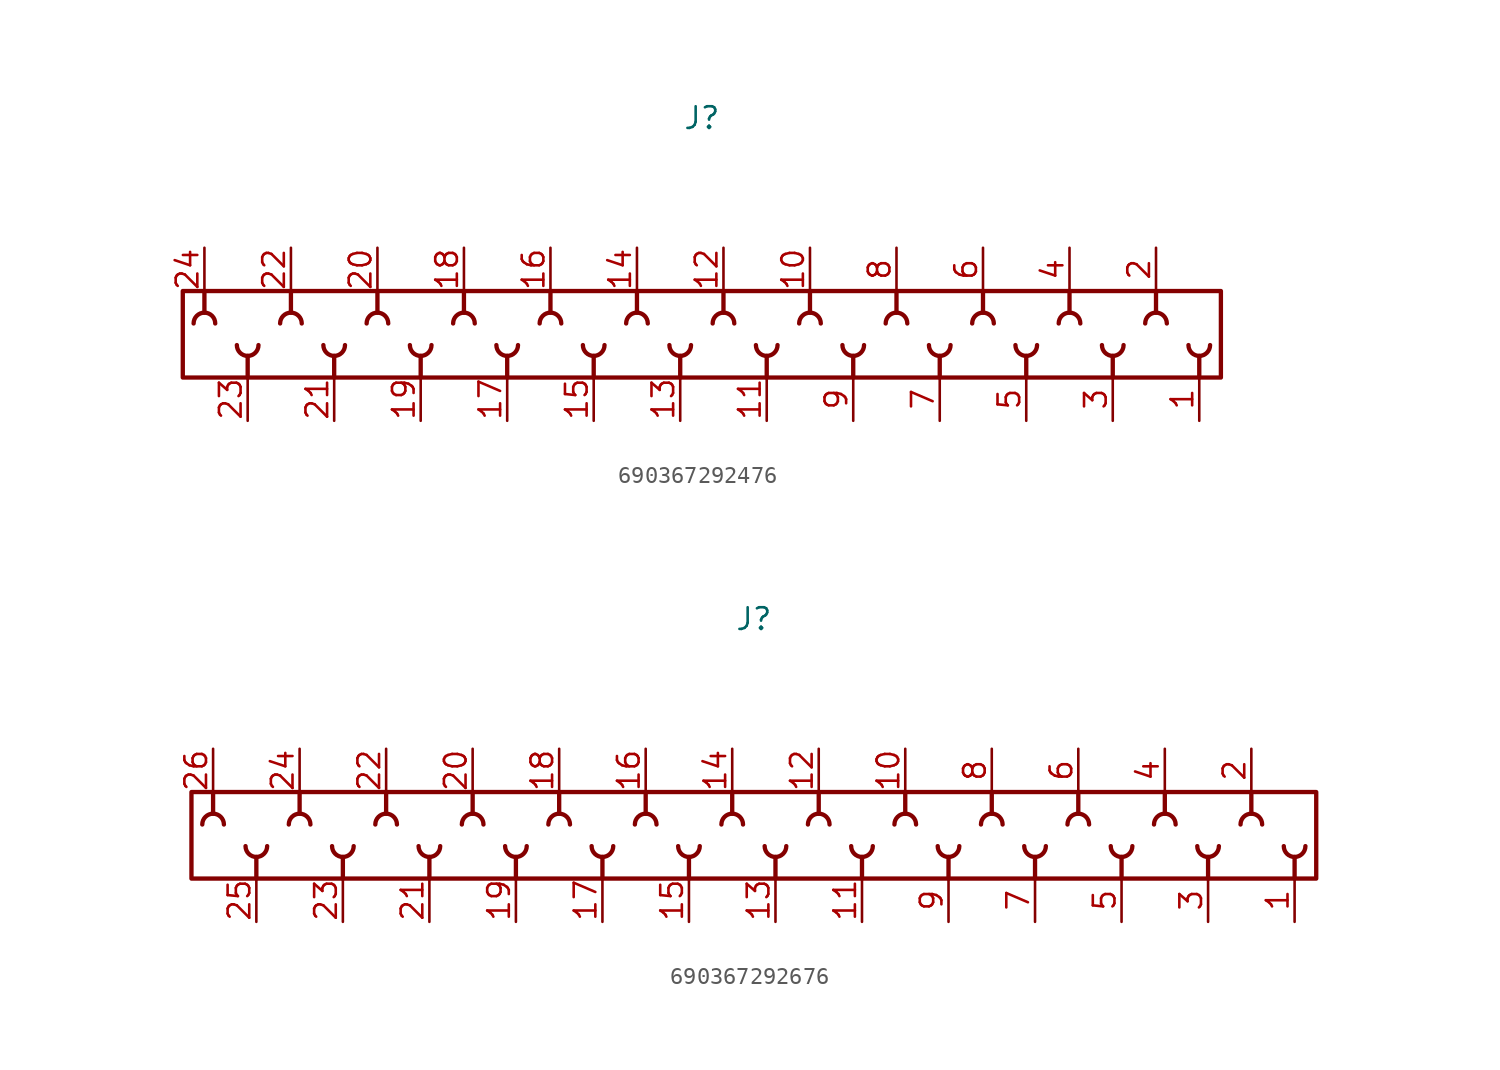
<source format=kicad_sym>
(kicad_symbol_lib
  (version 20241209)
  (generator "kicad_symbol_editor")
  (generator_version "9.0")
  (symbol "690367292476"
    (pin_names
      (hide yes))
    (property "Reference" "J"
      (at 0 12.7 0)
      (effects (font (size 1.27 1.27))))
    (symbol "690367292476_1_1"
      (rectangle (start -30.48 2.54) (end 30.48 -2.54) (stroke (width 0.254) (type solid)) (fill (type none)))
      (polyline (pts (xy -29.21 1.27) (xy -29.21 2.54)) (stroke (width 0.254) (type solid)) (fill (type none)))
      (arc (start -29.845 0.635) (mid -29.21 1.27) (end -28.575 0.635) (stroke (width 0.254) (type solid)) (fill (type none)))
      (arc (start -26.035 -0.635) (mid -26.67 -1.27) (end -27.305 -0.635) (stroke (width 0.254) (type solid)) (fill (type none)))
      (polyline (pts (xy -26.67 -1.27) (xy -26.67 -2.54)) (stroke (width 0.254) (type solid)) (fill (type none)))
      (polyline (pts (xy -24.13 1.27) (xy -24.13 2.54)) (stroke (width 0.254) (type solid)) (fill (type none)))
      (arc (start -24.765 0.635) (mid -24.13 1.27) (end -23.495 0.635) (stroke (width 0.254) (type solid)) (fill (type none)))
      (arc (start -20.955 -0.635) (mid -21.59 -1.27) (end -22.225 -0.635) (stroke (width 0.254) (type solid)) (fill (type none)))
      (polyline (pts (xy -21.59 -1.27) (xy -21.59 -2.54)) (stroke (width 0.254) (type solid)) (fill (type none)))
      (polyline (pts (xy -19.05 1.27) (xy -19.05 2.54)) (stroke (width 0.254) (type solid)) (fill (type none)))
      (arc (start -19.685 0.635) (mid -19.05 1.27) (end -18.415 0.635) (stroke (width 0.254) (type solid)) (fill (type none)))
      (arc (start -15.875 -0.635) (mid -16.51 -1.27) (end -17.145 -0.635) (stroke (width 0.254) (type solid)) (fill (type none)))
      (polyline (pts (xy -16.51 -1.27) (xy -16.51 -2.54)) (stroke (width 0.254) (type solid)) (fill (type none)))
      (polyline (pts (xy -13.97 1.27) (xy -13.97 2.54)) (stroke (width 0.254) (type solid)) (fill (type none)))
      (arc (start -14.605 0.635) (mid -13.97 1.27) (end -13.335 0.635) (stroke (width 0.254) (type solid)) (fill (type none)))
      (arc (start -10.795 -0.635) (mid -11.43 -1.27) (end -12.065 -0.635) (stroke (width 0.254) (type solid)) (fill (type none)))
      (polyline (pts (xy -11.43 -1.27) (xy -11.43 -2.54)) (stroke (width 0.254) (type solid)) (fill (type none)))
      (polyline (pts (xy -8.89 1.27) (xy -8.89 2.54)) (stroke (width 0.254) (type solid)) (fill (type none)))
      (arc (start -9.525 0.635) (mid -8.89 1.27) (end -8.255 0.635) (stroke (width 0.254) (type solid)) (fill (type none)))
      (arc (start -5.715 -0.635) (mid -6.35 -1.27) (end -6.985 -0.635) (stroke (width 0.254) (type solid)) (fill (type none)))
      (polyline (pts (xy -6.35 -1.27) (xy -6.35 -2.54)) (stroke (width 0.254) (type solid)) (fill (type none)))
      (polyline (pts (xy -3.81 1.27) (xy -3.81 2.54)) (stroke (width 0.254) (type solid)) (fill (type none)))
      (arc (start -4.445 0.635) (mid -3.81 1.27) (end -3.175 0.635) (stroke (width 0.254) (type solid)) (fill (type none)))
      (arc (start -0.635 -0.635) (mid -1.27 -1.27) (end -1.905 -0.635) (stroke (width 0.254) (type solid)) (fill (type none)))
      (polyline (pts (xy -1.27 -1.27) (xy -1.27 -2.54)) (stroke (width 0.254) (type solid)) (fill (type none)))
      (polyline (pts (xy 1.27 1.27) (xy 1.27 2.54)) (stroke (width 0.254) (type solid)) (fill (type none)))
      (arc (start 0.635 0.635) (mid 1.27 1.27) (end 1.905 0.635) (stroke (width 0.254) (type solid)) (fill (type none)))
      (arc (start 4.445 -0.635) (mid 3.81 -1.27) (end 3.175 -0.635) (stroke (width 0.254) (type solid)) (fill (type none)))
      (polyline (pts (xy 3.81 -1.27) (xy 3.81 -2.54)) (stroke (width 0.254) (type solid)) (fill (type none)))
      (polyline (pts (xy 6.35 1.27) (xy 6.35 2.54)) (stroke (width 0.254) (type solid)) (fill (type none)))
      (arc (start 5.715 0.635) (mid 6.35 1.27) (end 6.985 0.635) (stroke (width 0.254) (type solid)) (fill (type none)))
      (arc (start 9.525 -0.635) (mid 8.89 -1.27) (end 8.255 -0.635) (stroke (width 0.254) (type solid)) (fill (type none)))
      (polyline (pts (xy 8.89 -1.27) (xy 8.89 -2.54)) (stroke (width 0.254) (type solid)) (fill (type none)))
      (polyline (pts (xy 11.43 1.27) (xy 11.43 2.54)) (stroke (width 0.254) (type solid)) (fill (type none)))
      (arc (start 10.795 0.635) (mid 11.43 1.27) (end 12.065 0.635) (stroke (width 0.254) (type solid)) (fill (type none)))
      (arc (start 14.605 -0.635) (mid 13.97 -1.27) (end 13.335 -0.635) (stroke (width 0.254) (type solid)) (fill (type none)))
      (polyline (pts (xy 13.97 -1.27) (xy 13.97 -2.54)) (stroke (width 0.254) (type solid)) (fill (type none)))
      (polyline (pts (xy 16.51 1.27) (xy 16.51 2.54)) (stroke (width 0.254) (type solid)) (fill (type none)))
      (arc (start 15.875 0.635) (mid 16.51 1.27) (end 17.145 0.635) (stroke (width 0.254) (type solid)) (fill (type none)))
      (arc (start 19.685 -0.635) (mid 19.05 -1.27) (end 18.415 -0.635) (stroke (width 0.254) (type solid)) (fill (type none)))
      (polyline (pts (xy 19.05 -1.27) (xy 19.05 -2.54)) (stroke (width 0.254) (type solid)) (fill (type none)))
      (polyline (pts (xy 21.59 1.27) (xy 21.59 2.54)) (stroke (width 0.254) (type solid)) (fill (type none)))
      (arc (start 20.955 0.635) (mid 21.59 1.27) (end 22.225 0.635) (stroke (width 0.254) (type solid)) (fill (type none)))
      (arc (start 24.765 -0.635) (mid 24.13 -1.27) (end 23.495 -0.635) (stroke (width 0.254) (type solid)) (fill (type none)))
      (polyline (pts (xy 24.13 -1.27) (xy 24.13 -2.54)) (stroke (width 0.254) (type solid)) (fill (type none)))
      (polyline (pts (xy 26.67 1.27) (xy 26.67 2.54)) (stroke (width 0.254) (type solid)) (fill (type none)))
      (arc (start 26.035 0.635) (mid 26.67 1.27) (end 27.305 0.635) (stroke (width 0.254) (type solid)) (fill (type none)))
      (arc (start 29.845 -0.635) (mid 29.21 -1.27) (end 28.575 -0.635) (stroke (width 0.254) (type solid)) (fill (type none)))
      (polyline (pts (xy 29.21 -1.27) (xy 29.21 -2.54)) (stroke (width 0.254) (type solid)) (fill (type none)))
      (pin passive line (at -29.21 5.08 270) (length 2.54) (name "24" (effects (font (size 1.27 1.27)))) (number "24" (effects (font (size 1.27 1.27)))))
      (pin passive line (at -26.67 -5.08 90) (length 2.54) (name "23" (effects (font (size 1.27 1.27)))) (number "23" (effects (font (size 1.27 1.27)))))
      (pin passive line (at -24.13 5.08 270) (length 2.54) (name "22" (effects (font (size 1.27 1.27)))) (number "22" (effects (font (size 1.27 1.27)))))
      (pin passive line (at -21.59 -5.08 90) (length 2.54) (name "21" (effects (font (size 1.27 1.27)))) (number "21" (effects (font (size 1.27 1.27)))))
      (pin passive line (at -19.05 5.08 270) (length 2.54) (name "20" (effects (font (size 1.27 1.27)))) (number "20" (effects (font (size 1.27 1.27)))))
      (pin passive line (at -16.51 -5.08 90) (length 2.54) (name "19" (effects (font (size 1.27 1.27)))) (number "19" (effects (font (size 1.27 1.27)))))
      (pin passive line (at -13.97 5.08 270) (length 2.54) (name "18" (effects (font (size 1.27 1.27)))) (number "18" (effects (font (size 1.27 1.27)))))
      (pin passive line (at -11.43 -5.08 90) (length 2.54) (name "17" (effects (font (size 1.27 1.27)))) (number "17" (effects (font (size 1.27 1.27)))))
      (pin passive line (at -8.89 5.08 270) (length 2.54) (name "16" (effects (font (size 1.27 1.27)))) (number "16" (effects (font (size 1.27 1.27)))))
      (pin passive line (at -6.35 -5.08 90) (length 2.54) (name "15" (effects (font (size 1.27 1.27)))) (number "15" (effects (font (size 1.27 1.27)))))
      (pin passive line (at -3.81 5.08 270) (length 2.54) (name "14" (effects (font (size 1.27 1.27)))) (number "14" (effects (font (size 1.27 1.27)))))
      (pin passive line (at -1.27 -5.08 90) (length 2.54) (name "13" (effects (font (size 1.27 1.27)))) (number "13" (effects (font (size 1.27 1.27)))))
      (pin passive line (at 1.27 5.08 270) (length 2.54) (name "12" (effects (font (size 1.27 1.27)))) (number "12" (effects (font (size 1.27 1.27)))))
      (pin passive line (at 3.81 -5.08 90) (length 2.54) (name "11" (effects (font (size 1.27 1.27)))) (number "11" (effects (font (size 1.27 1.27)))))
      (pin passive line (at 6.35 5.08 270) (length 2.54) (name "10" (effects (font (size 1.27 1.27)))) (number "10" (effects (font (size 1.27 1.27)))))
      (pin passive line (at 8.89 -5.08 90) (length 2.54) (name "9" (effects (font (size 1.27 1.27)))) (number "9" (effects (font (size 1.27 1.27)))))
      (pin passive line (at 11.43 5.08 270) (length 2.54) (name "8" (effects (font (size 1.27 1.27)))) (number "8" (effects (font (size 1.27 1.27)))))
      (pin passive line (at 13.97 -5.08 90) (length 2.54) (name "7" (effects (font (size 1.27 1.27)))) (number "7" (effects (font (size 1.27 1.27)))))
      (pin passive line (at 16.51 5.08 270) (length 2.54) (name "6" (effects (font (size 1.27 1.27)))) (number "6" (effects (font (size 1.27 1.27)))))
      (pin passive line (at 19.05 -5.08 90) (length 2.54) (name "5" (effects (font (size 1.27 1.27)))) (number "5" (effects (font (size 1.27 1.27)))))
      (pin passive line (at 21.59 5.08 270) (length 2.54) (name "4" (effects (font (size 1.27 1.27)))) (number "4" (effects (font (size 1.27 1.27)))))
      (pin passive line (at 24.13 -5.08 90) (length 2.54) (name "3" (effects (font (size 1.27 1.27)))) (number "3" (effects (font (size 1.27 1.27)))))
      (pin passive line (at 26.67 5.08 270) (length 2.54) (name "2" (effects (font (size 1.27 1.27)))) (number "2" (effects (font (size 1.27 1.27)))))
      (pin passive line (at 29.21 -5.08 90) (length 2.54) (name "1" (effects (font (size 1.27 1.27)))) (number "1" (effects (font (size 1.27 1.27)))))))
  (symbol "690367292676"
    (pin_names
      (hide yes))
    (property "Reference" "J"
      (at 0 12.7 0)
      (effects (font (size 1.27 1.27))))
    (symbol "690367292676_1_1"
      (rectangle (start -33.02 2.54) (end 33.02 -2.54) (stroke (width 0.254) (type solid)) (fill (type none)))
      (polyline (pts (xy -31.75 1.27) (xy -31.75 2.54)) (stroke (width 0.254) (type solid)) (fill (type none)))
      (arc (start -32.385 0.635) (mid -31.75 1.27) (end -31.115 0.635) (stroke (width 0.254) (type solid)) (fill (type none)))
      (arc (start -28.575 -0.635) (mid -29.21 -1.27) (end -29.845 -0.635) (stroke (width 0.254) (type solid)) (fill (type none)))
      (polyline (pts (xy -29.21 -1.27) (xy -29.21 -2.54)) (stroke (width 0.254) (type solid)) (fill (type none)))
      (polyline (pts (xy -26.67 1.27) (xy -26.67 2.54)) (stroke (width 0.254) (type solid)) (fill (type none)))
      (arc (start -27.305 0.635) (mid -26.67 1.27) (end -26.035 0.635) (stroke (width 0.254) (type solid)) (fill (type none)))
      (arc (start -23.495 -0.635) (mid -24.13 -1.27) (end -24.765 -0.635) (stroke (width 0.254) (type solid)) (fill (type none)))
      (polyline (pts (xy -24.13 -1.27) (xy -24.13 -2.54)) (stroke (width 0.254) (type solid)) (fill (type none)))
      (polyline (pts (xy -21.59 1.27) (xy -21.59 2.54)) (stroke (width 0.254) (type solid)) (fill (type none)))
      (arc (start -22.225 0.635) (mid -21.59 1.27) (end -20.955 0.635) (stroke (width 0.254) (type solid)) (fill (type none)))
      (arc (start -18.415 -0.635) (mid -19.05 -1.27) (end -19.685 -0.635) (stroke (width 0.254) (type solid)) (fill (type none)))
      (polyline (pts (xy -19.05 -1.27) (xy -19.05 -2.54)) (stroke (width 0.254) (type solid)) (fill (type none)))
      (polyline (pts (xy -16.51 1.27) (xy -16.51 2.54)) (stroke (width 0.254) (type solid)) (fill (type none)))
      (arc (start -17.145 0.635) (mid -16.51 1.27) (end -15.875 0.635) (stroke (width 0.254) (type solid)) (fill (type none)))
      (arc (start -13.335 -0.635) (mid -13.97 -1.27) (end -14.605 -0.635) (stroke (width 0.254) (type solid)) (fill (type none)))
      (polyline (pts (xy -13.97 -1.27) (xy -13.97 -2.54)) (stroke (width 0.254) (type solid)) (fill (type none)))
      (polyline (pts (xy -11.43 1.27) (xy -11.43 2.54)) (stroke (width 0.254) (type solid)) (fill (type none)))
      (arc (start -12.065 0.635) (mid -11.43 1.27) (end -10.795 0.635) (stroke (width 0.254) (type solid)) (fill (type none)))
      (arc (start -8.255 -0.635) (mid -8.89 -1.27) (end -9.525 -0.635) (stroke (width 0.254) (type solid)) (fill (type none)))
      (polyline (pts (xy -8.89 -1.27) (xy -8.89 -2.54)) (stroke (width 0.254) (type solid)) (fill (type none)))
      (polyline (pts (xy -6.35 1.27) (xy -6.35 2.54)) (stroke (width 0.254) (type solid)) (fill (type none)))
      (arc (start -6.985 0.635) (mid -6.35 1.27) (end -5.715 0.635) (stroke (width 0.254) (type solid)) (fill (type none)))
      (arc (start -3.175 -0.635) (mid -3.81 -1.27) (end -4.445 -0.635) (stroke (width 0.254) (type solid)) (fill (type none)))
      (polyline (pts (xy -3.81 -1.27) (xy -3.81 -2.54)) (stroke (width 0.254) (type solid)) (fill (type none)))
      (polyline (pts (xy -1.27 1.27) (xy -1.27 2.54)) (stroke (width 0.254) (type solid)) (fill (type none)))
      (arc (start -1.905 0.635) (mid -1.27 1.27) (end -0.635 0.635) (stroke (width 0.254) (type solid)) (fill (type none)))
      (arc (start 1.905 -0.635) (mid 1.27 -1.27) (end 0.635 -0.635) (stroke (width 0.254) (type solid)) (fill (type none)))
      (polyline (pts (xy 1.27 -1.27) (xy 1.27 -2.54)) (stroke (width 0.254) (type solid)) (fill (type none)))
      (polyline (pts (xy 3.81 1.27) (xy 3.81 2.54)) (stroke (width 0.254) (type solid)) (fill (type none)))
      (arc (start 3.175 0.635) (mid 3.81 1.27) (end 4.445 0.635) (stroke (width 0.254) (type solid)) (fill (type none)))
      (arc (start 6.985 -0.635) (mid 6.35 -1.27) (end 5.715 -0.635) (stroke (width 0.254) (type solid)) (fill (type none)))
      (polyline (pts (xy 6.35 -1.27) (xy 6.35 -2.54)) (stroke (width 0.254) (type solid)) (fill (type none)))
      (polyline (pts (xy 8.89 1.27) (xy 8.89 2.54)) (stroke (width 0.254) (type solid)) (fill (type none)))
      (arc (start 8.255 0.635) (mid 8.89 1.27) (end 9.525 0.635) (stroke (width 0.254) (type solid)) (fill (type none)))
      (arc (start 12.065 -0.635) (mid 11.43 -1.27) (end 10.795 -0.635) (stroke (width 0.254) (type solid)) (fill (type none)))
      (polyline (pts (xy 11.43 -1.27) (xy 11.43 -2.54)) (stroke (width 0.254) (type solid)) (fill (type none)))
      (polyline (pts (xy 13.97 1.27) (xy 13.97 2.54)) (stroke (width 0.254) (type solid)) (fill (type none)))
      (arc (start 13.335 0.635) (mid 13.97 1.27) (end 14.605 0.635) (stroke (width 0.254) (type solid)) (fill (type none)))
      (arc (start 17.145 -0.635) (mid 16.51 -1.27) (end 15.875 -0.635) (stroke (width 0.254) (type solid)) (fill (type none)))
      (polyline (pts (xy 16.51 -1.27) (xy 16.51 -2.54)) (stroke (width 0.254) (type solid)) (fill (type none)))
      (polyline (pts (xy 19.05 1.27) (xy 19.05 2.54)) (stroke (width 0.254) (type solid)) (fill (type none)))
      (arc (start 18.415 0.635) (mid 19.05 1.27) (end 19.685 0.635) (stroke (width 0.254) (type solid)) (fill (type none)))
      (arc (start 22.225 -0.635) (mid 21.59 -1.27) (end 20.955 -0.635) (stroke (width 0.254) (type solid)) (fill (type none)))
      (polyline (pts (xy 21.59 -1.27) (xy 21.59 -2.54)) (stroke (width 0.254) (type solid)) (fill (type none)))
      (polyline (pts (xy 24.13 1.27) (xy 24.13 2.54)) (stroke (width 0.254) (type solid)) (fill (type none)))
      (arc (start 23.495 0.635) (mid 24.13 1.27) (end 24.765 0.635) (stroke (width 0.254) (type solid)) (fill (type none)))
      (arc (start 27.305 -0.635) (mid 26.67 -1.27) (end 26.035 -0.635) (stroke (width 0.254) (type solid)) (fill (type none)))
      (polyline (pts (xy 26.67 -1.27) (xy 26.67 -2.54)) (stroke (width 0.254) (type solid)) (fill (type none)))
      (polyline (pts (xy 29.21 1.27) (xy 29.21 2.54)) (stroke (width 0.254) (type solid)) (fill (type none)))
      (arc (start 28.575 0.635) (mid 29.21 1.27) (end 29.845 0.635) (stroke (width 0.254) (type solid)) (fill (type none)))
      (arc (start 32.385 -0.635) (mid 31.75 -1.27) (end 31.115 -0.635) (stroke (width 0.254) (type solid)) (fill (type none)))
      (polyline (pts (xy 31.75 -1.27) (xy 31.75 -2.54)) (stroke (width 0.254) (type solid)) (fill (type none)))
      (pin passive line (at -31.75 5.08 270) (length 2.54) (name "26" (effects (font (size 1.27 1.27)))) (number "26" (effects (font (size 1.27 1.27)))))
      (pin passive line (at -29.21 -5.08 90) (length 2.54) (name "25" (effects (font (size 1.27 1.27)))) (number "25" (effects (font (size 1.27 1.27)))))
      (pin passive line (at -26.67 5.08 270) (length 2.54) (name "24" (effects (font (size 1.27 1.27)))) (number "24" (effects (font (size 1.27 1.27)))))
      (pin passive line (at -24.13 -5.08 90) (length 2.54) (name "23" (effects (font (size 1.27 1.27)))) (number "23" (effects (font (size 1.27 1.27)))))
      (pin passive line (at -21.59 5.08 270) (length 2.54) (name "22" (effects (font (size 1.27 1.27)))) (number "22" (effects (font (size 1.27 1.27)))))
      (pin passive line (at -19.05 -5.08 90) (length 2.54) (name "21" (effects (font (size 1.27 1.27)))) (number "21" (effects (font (size 1.27 1.27)))))
      (pin passive line (at -16.51 5.08 270) (length 2.54) (name "20" (effects (font (size 1.27 1.27)))) (number "20" (effects (font (size 1.27 1.27)))))
      (pin passive line (at -13.97 -5.08 90) (length 2.54) (name "19" (effects (font (size 1.27 1.27)))) (number "19" (effects (font (size 1.27 1.27)))))
      (pin passive line (at -11.43 5.08 270) (length 2.54) (name "18" (effects (font (size 1.27 1.27)))) (number "18" (effects (font (size 1.27 1.27)))))
      (pin passive line (at -8.89 -5.08 90) (length 2.54) (name "17" (effects (font (size 1.27 1.27)))) (number "17" (effects (font (size 1.27 1.27)))))
      (pin passive line (at -6.35 5.08 270) (length 2.54) (name "16" (effects (font (size 1.27 1.27)))) (number "16" (effects (font (size 1.27 1.27)))))
      (pin passive line (at -3.81 -5.08 90) (length 2.54) (name "15" (effects (font (size 1.27 1.27)))) (number "15" (effects (font (size 1.27 1.27)))))
      (pin passive line (at -1.27 5.08 270) (length 2.54) (name "14" (effects (font (size 1.27 1.27)))) (number "14" (effects (font (size 1.27 1.27)))))
      (pin passive line (at 1.27 -5.08 90) (length 2.54) (name "13" (effects (font (size 1.27 1.27)))) (number "13" (effects (font (size 1.27 1.27)))))
      (pin passive line (at 3.81 5.08 270) (length 2.54) (name "12" (effects (font (size 1.27 1.27)))) (number "12" (effects (font (size 1.27 1.27)))))
      (pin passive line (at 6.35 -5.08 90) (length 2.54) (name "11" (effects (font (size 1.27 1.27)))) (number "11" (effects (font (size 1.27 1.27)))))
      (pin passive line (at 8.89 5.08 270) (length 2.54) (name "10" (effects (font (size 1.27 1.27)))) (number "10" (effects (font (size 1.27 1.27)))))
      (pin passive line (at 11.43 -5.08 90) (length 2.54) (name "9" (effects (font (size 1.27 1.27)))) (number "9" (effects (font (size 1.27 1.27)))))
      (pin passive line (at 13.97 5.08 270) (length 2.54) (name "8" (effects (font (size 1.27 1.27)))) (number "8" (effects (font (size 1.27 1.27)))))
      (pin passive line (at 16.51 -5.08 90) (length 2.54) (name "7" (effects (font (size 1.27 1.27)))) (number "7" (effects (font (size 1.27 1.27)))))
      (pin passive line (at 19.05 5.08 270) (length 2.54) (name "6" (effects (font (size 1.27 1.27)))) (number "6" (effects (font (size 1.27 1.27)))))
      (pin passive line (at 21.59 -5.08 90) (length 2.54) (name "5" (effects (font (size 1.27 1.27)))) (number "5" (effects (font (size 1.27 1.27)))))
      (pin passive line (at 24.13 5.08 270) (length 2.54) (name "4" (effects (font (size 1.27 1.27)))) (number "4" (effects (font (size 1.27 1.27)))))
      (pin passive line (at 26.67 -5.08 90) (length 2.54) (name "3" (effects (font (size 1.27 1.27)))) (number "3" (effects (font (size 1.27 1.27)))))
      (pin passive line (at 29.21 5.08 270) (length 2.54) (name "2" (effects (font (size 1.27 1.27)))) (number "2" (effects (font (size 1.27 1.27)))))
      (pin passive line (at 31.75 -5.08 90) (length 2.54) (name "1" (effects (font (size 1.27 1.27)))) (number "1" (effects (font (size 1.27 1.27))))))))
</source>
